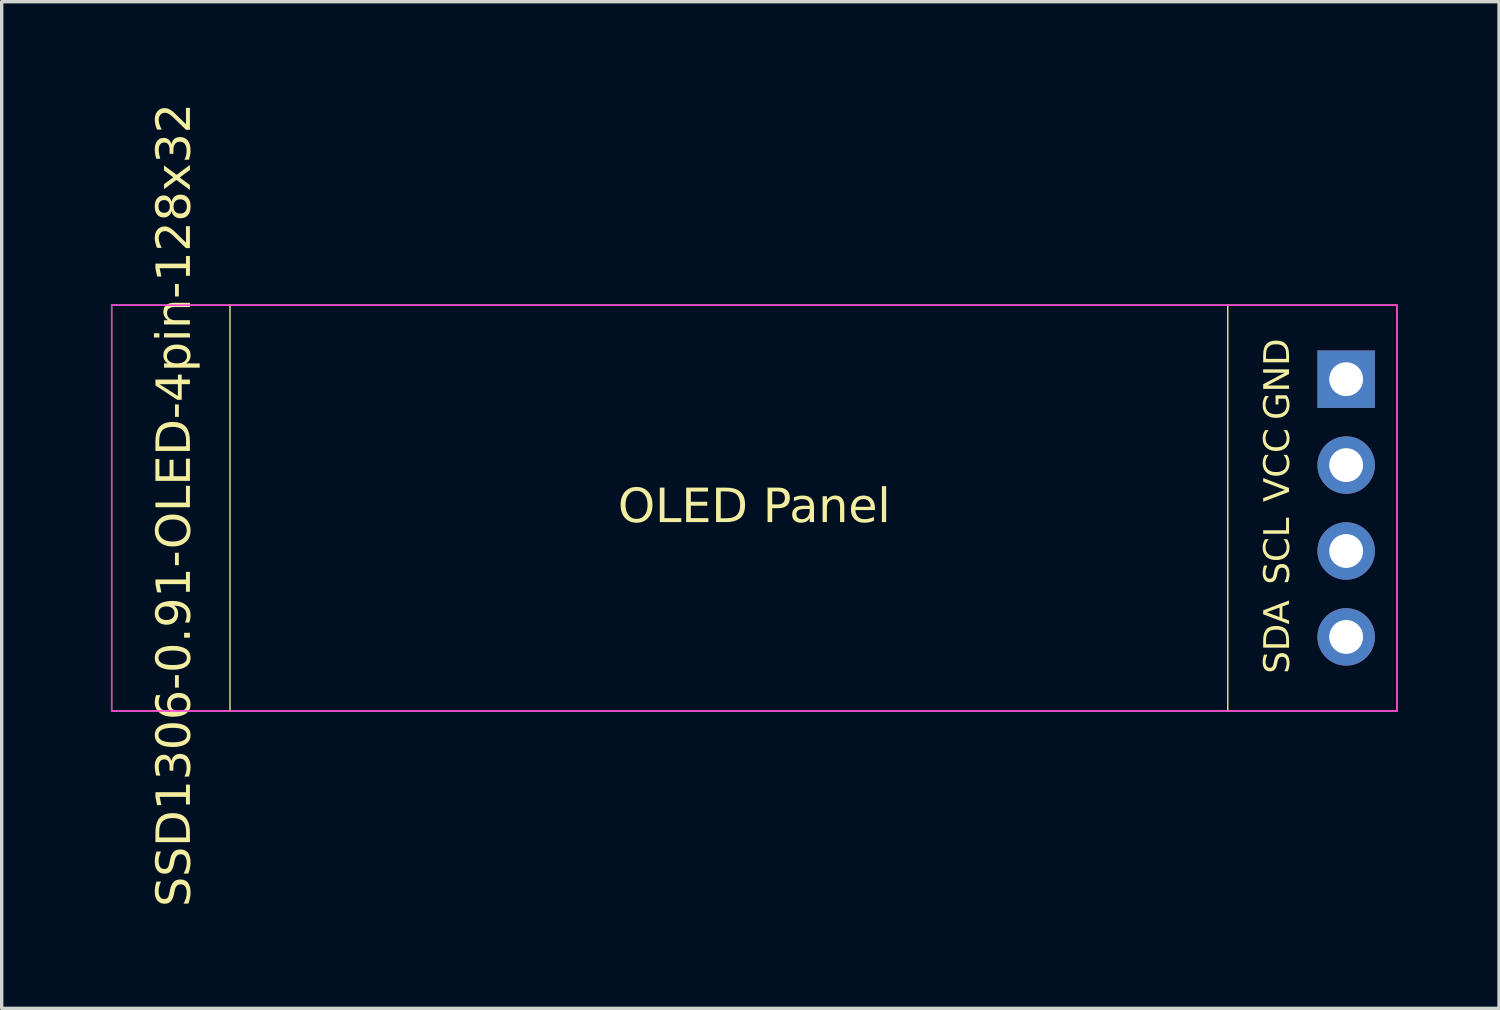
<source format=kicad_pcb>
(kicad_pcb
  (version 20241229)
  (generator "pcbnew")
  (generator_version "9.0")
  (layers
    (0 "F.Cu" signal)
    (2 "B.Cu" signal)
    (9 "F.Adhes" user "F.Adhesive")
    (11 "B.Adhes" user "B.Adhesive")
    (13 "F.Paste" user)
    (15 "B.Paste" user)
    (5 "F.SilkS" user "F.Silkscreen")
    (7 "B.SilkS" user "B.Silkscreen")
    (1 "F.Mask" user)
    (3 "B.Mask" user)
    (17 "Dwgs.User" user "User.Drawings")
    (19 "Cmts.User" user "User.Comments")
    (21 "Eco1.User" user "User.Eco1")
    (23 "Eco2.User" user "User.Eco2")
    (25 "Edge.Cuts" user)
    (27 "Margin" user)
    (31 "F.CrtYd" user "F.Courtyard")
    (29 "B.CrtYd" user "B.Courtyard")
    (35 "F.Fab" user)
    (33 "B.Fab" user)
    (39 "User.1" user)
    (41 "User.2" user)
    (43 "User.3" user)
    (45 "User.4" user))
  (footprint "SSD1306-0.91-OLED-4pin-128x32"
    (layer "F.Cu")
    (at 0.25 5.971)
    (property "Reference" "SSD1306-0.91-OLED-4pin-128x32" (at 1.9 5.91 90) (layer "F.SilkS") (effects (font (face "Share Tech Mono") (size 1 1) (thickness 0.2))))
    (attr through_hole)
    (fp_line (start 0 0) (end 0 12) (stroke (width 0.04) (type solid)) (layer "F.SilkS"))
    (fp_line (start 0 12) (end 38 12) (stroke (width 0.04) (type solid)) (layer "F.SilkS"))
    (fp_line (start 3.5 0) (end 3.5 12) (stroke (width 0.04) (type solid)) (layer "F.SilkS"))
    (fp_line (start 33 0) (end 33 12) (stroke (width 0.04) (type solid)) (layer "F.SilkS"))
    (fp_line (start 38 0) (end 0 0) (stroke (width 0.04) (type solid)) (layer "F.SilkS"))
    (fp_line (start 38 12) (end 38 0) (stroke (width 0.04) (type solid)) (layer "F.SilkS"))
    (fp_line (start 0 0) (end 0 12) (stroke (width 0.04) (type solid)) (layer "F.CrtYd"))
    (fp_line (start 0 12) (end 38 12) (stroke (width 0.04) (type solid)) (layer "F.CrtYd"))
    (fp_line (start 38 0) (end 0 0) (stroke (width 0.04) (type solid)) (layer "F.CrtYd"))
    (fp_line (start 38 12) (end 38 0) (stroke (width 0.04) (type solid)) (layer "F.CrtYd"))
    (fp_text user "OLED Panel" (at 19 6 0) (layer "F.SilkS") (effects (font (face "Share Tech Mono") (size 1 1) (thickness 0.2))))
    (fp_text user "GND" (at 34.5 2.19 270) (layer "F.SilkS") (effects (font (face "Share Tech Mono") (size 0.75 0.75) (thickness 0.2))))
    (fp_text user "SCL" (at 34.5 7.27 270) (layer "F.SilkS") (effects (font (face "Share Tech Mono") (size 0.75 0.75) (thickness 0.2))))
    (fp_text user "SDA" (at 34.5 9.81 270) (layer "F.SilkS") (effects (font (face "Share Tech Mono") (size 0.75 0.75) (thickness 0.2))))
    (fp_text user "VCC" (at 34.5 4.73 270) (layer "F.SilkS") (effects (font (face "Share Tech Mono") (size 0.75 0.75) (thickness 0.2))))
    (pad "1" thru_hole rect (at 36.5 2.19) (size 1.7 1.7) (drill 1) (layers "*.Cu" "*.Mask"))
    (pad "2" thru_hole oval (at 36.5 4.73) (size 1.7 1.7) (drill 1) (layers "*.Cu" "*.Mask"))
    (pad "3" thru_hole oval (at 36.5 7.27) (size 1.7 1.7) (drill 1) (layers "*.Cu" "*.Mask"))
    (pad "4" thru_hole oval (at 36.5 9.81) (size 1.7 1.7) (drill 1) (layers "*.Cu" "*.Mask")))
  (gr_rect
    (start -3 -3)
    (end 41.27 26.762)
    (stroke (width 0.1) (type default))
    (fill no)
    (layer "Edge.Cuts")))
</source>
